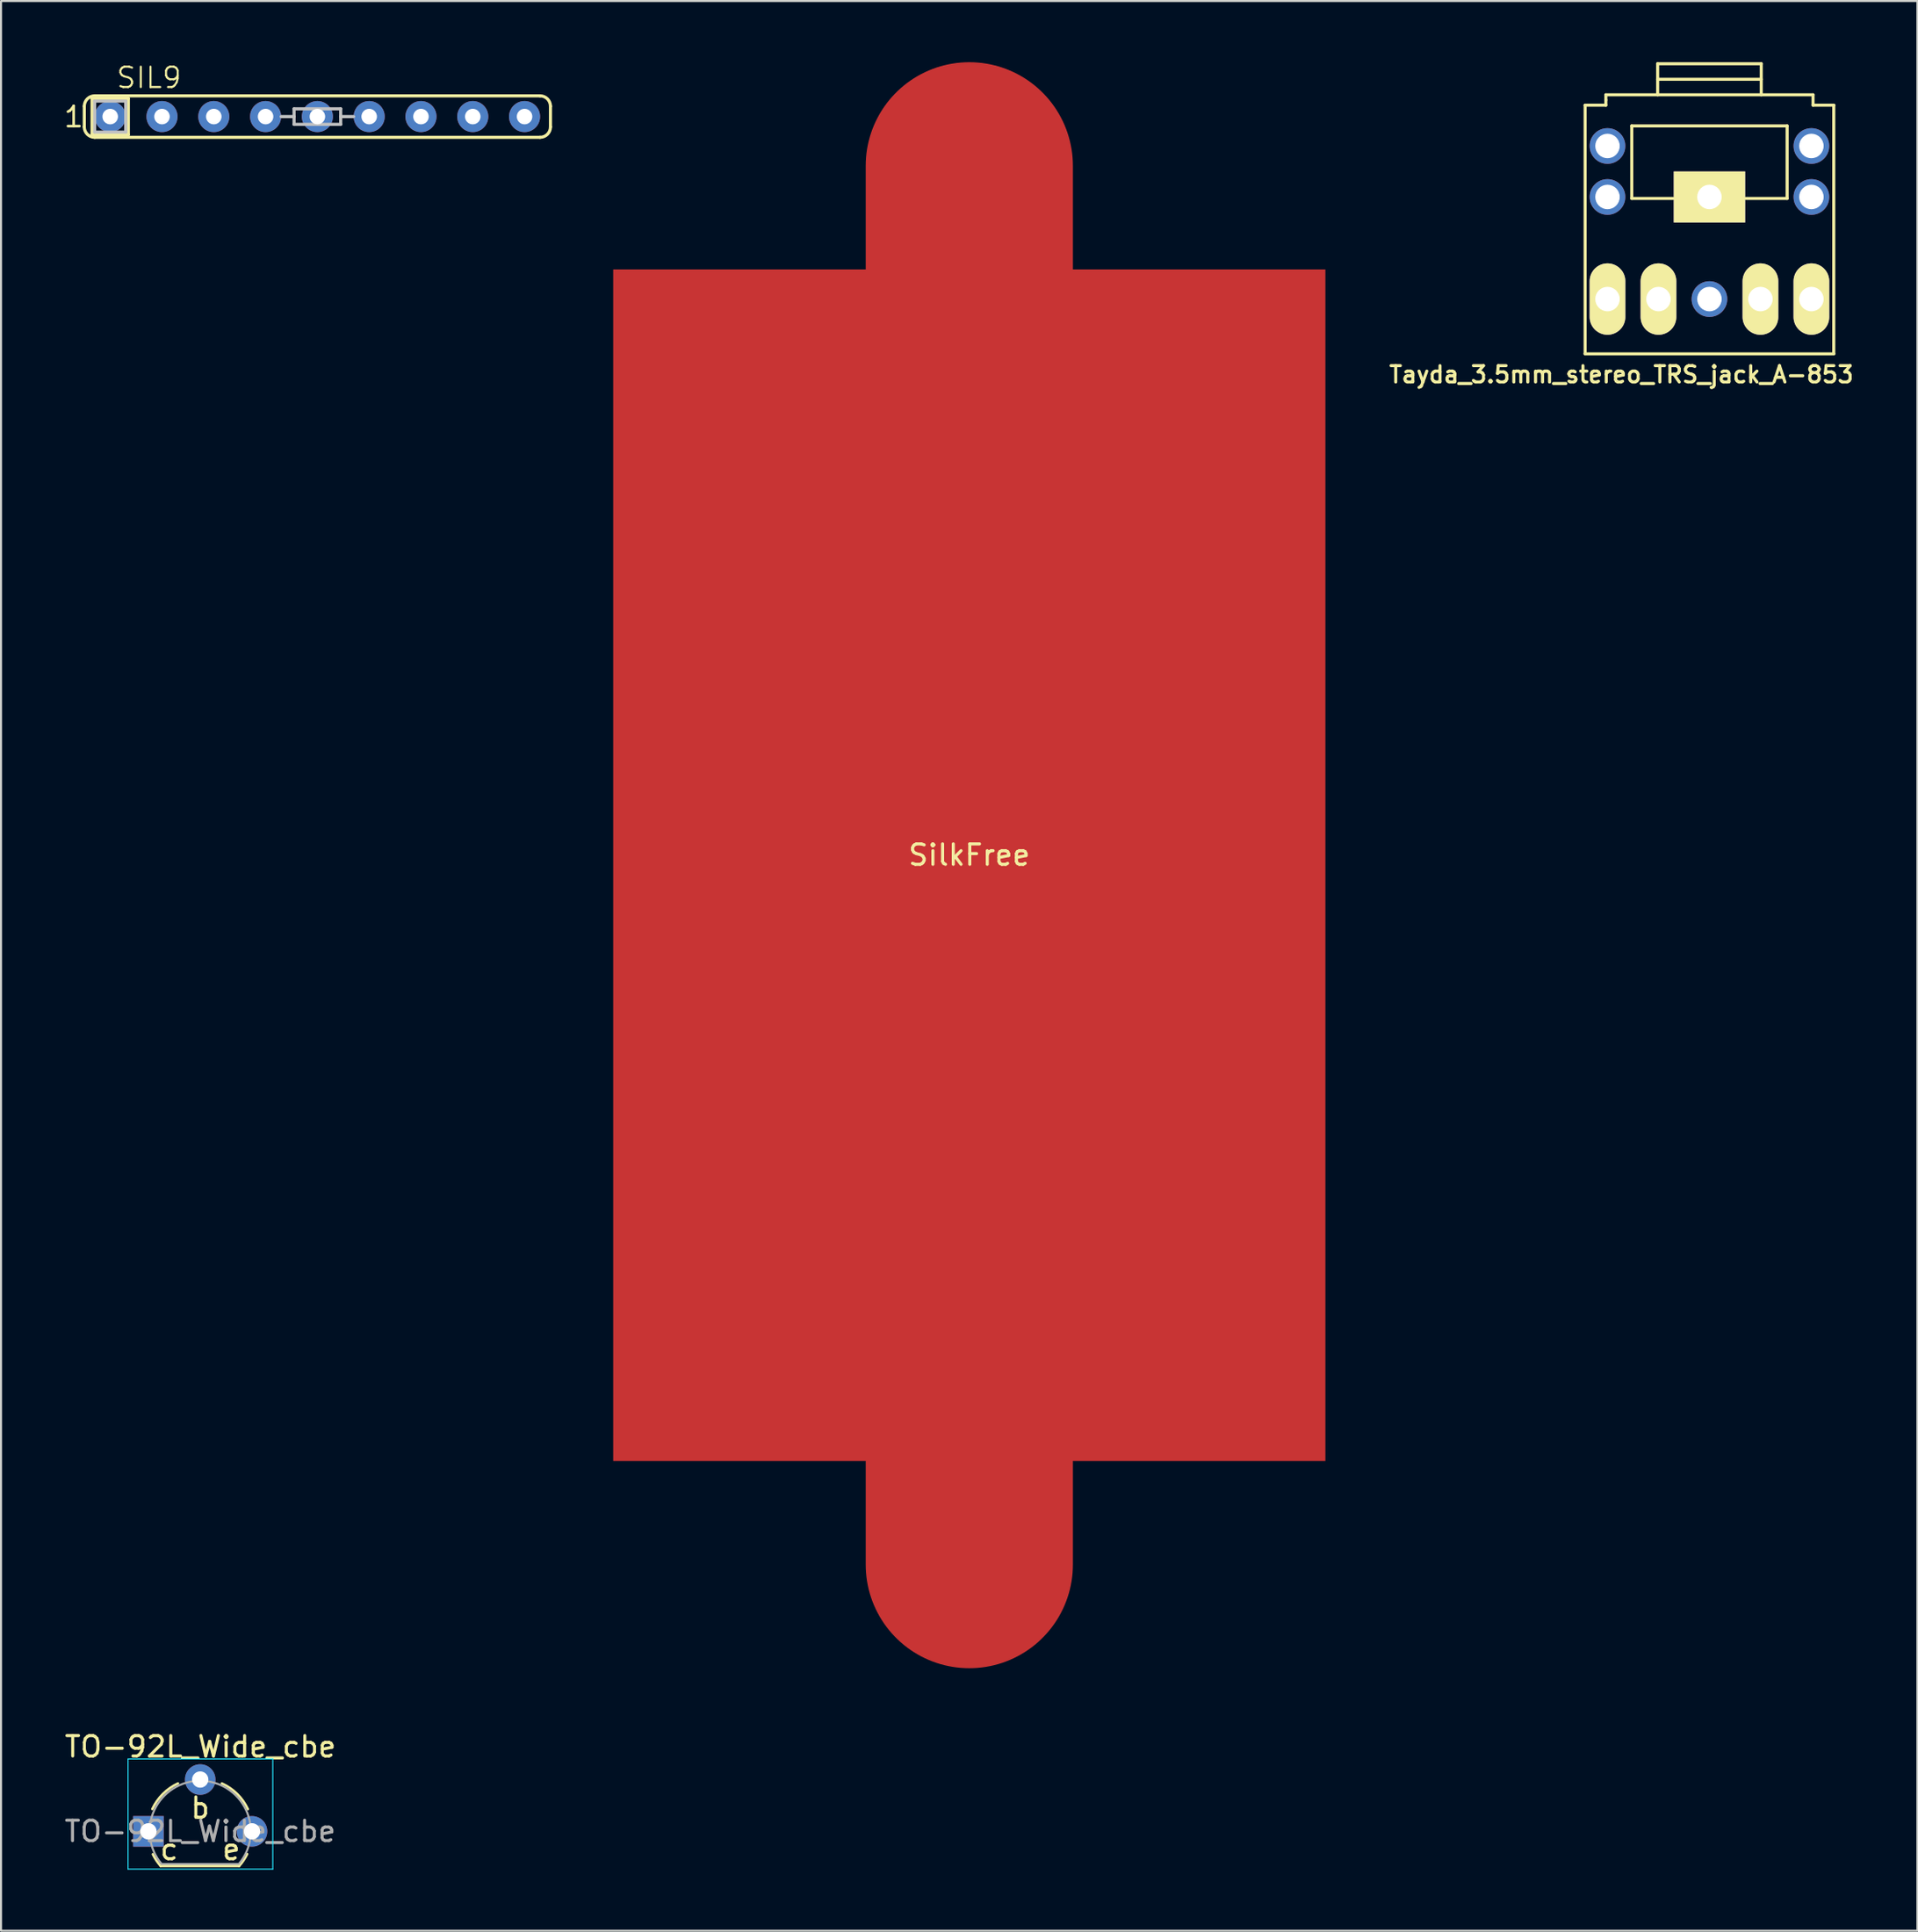
<source format=kicad_pcb>
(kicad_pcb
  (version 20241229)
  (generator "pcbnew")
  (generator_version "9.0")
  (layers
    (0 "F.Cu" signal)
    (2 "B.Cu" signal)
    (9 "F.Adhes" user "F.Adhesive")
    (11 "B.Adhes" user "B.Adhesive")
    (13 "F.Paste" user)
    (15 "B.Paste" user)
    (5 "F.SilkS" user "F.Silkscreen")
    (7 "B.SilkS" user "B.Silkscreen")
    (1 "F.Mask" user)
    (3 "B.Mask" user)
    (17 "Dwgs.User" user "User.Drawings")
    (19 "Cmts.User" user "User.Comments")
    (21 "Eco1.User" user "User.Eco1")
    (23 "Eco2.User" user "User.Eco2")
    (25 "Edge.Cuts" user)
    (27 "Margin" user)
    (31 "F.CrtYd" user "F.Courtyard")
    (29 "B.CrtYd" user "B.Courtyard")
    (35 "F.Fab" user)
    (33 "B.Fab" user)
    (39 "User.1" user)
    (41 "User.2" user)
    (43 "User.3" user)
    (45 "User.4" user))
  (footprint "Tayda_3.5mm_stereo_TRS_jack_A-853"
    (layer "F.Cu")
    (at 80.779 8.203)
    (property "Reference" "Tayda_3.5mm_stereo_TRS_jack_A-853" (at -4.318 7.112 0) (layer "F.SilkS") (effects (font (size 0.8 0.8) (thickness 0.15))))
    (attr through_hole)
    (fp_line (start -6.096 6.096) (end -6.096 -6.096) (stroke (width 0.15) (type solid)) (layer "F.SilkS"))
    (fp_line (start -5.08 -6.604) (end 5.08 -6.604) (stroke (width 0.15) (type solid)) (layer "F.SilkS"))
    (fp_line (start -5.08 -6.35) (end -5.08 -6.604) (stroke (width 0.15) (type solid)) (layer "F.SilkS"))
    (fp_line (start -5.08 -6.096) (end -6.096 -6.096) (stroke (width 0.15) (type solid)) (layer "F.SilkS"))
    (fp_line (start -5.08 -6.096) (end -5.08 -6.35) (stroke (width 0.15) (type solid)) (layer "F.SilkS"))
    (fp_line (start -3.81 -5.08) (end 3.81 -5.08) (stroke (width 0.15) (type solid)) (layer "F.SilkS"))
    (fp_line (start -3.81 -1.524) (end -3.81 -5.08) (stroke (width 0.15) (type solid)) (layer "F.SilkS"))
    (fp_line (start -2.54 -8.128) (end -2.54 -6.604) (stroke (width 0.15) (type solid)) (layer "F.SilkS"))
    (fp_line (start -2.54 -8.128) (end 2.54 -8.128) (stroke (width 0.15) (type solid)) (layer "F.SilkS"))
    (fp_line (start -2.54 -7.366) (end 2.54 -7.366) (stroke (width 0.15) (type solid)) (layer "F.SilkS"))
    (fp_line (start -1.778 -1.524) (end -3.81 -1.524) (stroke (width 0.15) (type solid)) (layer "F.SilkS"))
    (fp_line (start 2.54 -6.604) (end 2.54 -8.128) (stroke (width 0.15) (type solid)) (layer "F.SilkS"))
    (fp_line (start 3.81 -5.08) (end 3.81 -1.524) (stroke (width 0.15) (type solid)) (layer "F.SilkS"))
    (fp_line (start 3.81 -1.524) (end 1.778 -1.524) (stroke (width 0.15) (type solid)) (layer "F.SilkS"))
    (fp_line (start 5.08 -6.604) (end 5.08 -6.096) (stroke (width 0.15) (type solid)) (layer "F.SilkS"))
    (fp_line (start 6.096 -6.096) (end 5.08 -6.096) (stroke (width 0.15) (type solid)) (layer "F.SilkS"))
    (fp_line (start 6.096 -6.096) (end 6.096 6.096) (stroke (width 0.15) (type solid)) (layer "F.SilkS"))
    (fp_line (start 6.096 6.096) (end -6.096 6.096) (stroke (width 0.15) (type solid)) (layer "F.SilkS"))
    (pad "1" thru_hole oval (at -5 -4.096) (size 1.75 1.75) (drill 1.2) (layers "*.Cu" "*.Mask"))
    (pad "1" thru_hole oval (at -5 -1.596) (size 1.75 1.75) (drill 1.2) (layers "*.Cu" "*.Mask"))
    (pad "1" thru_hole rect (at 0 -1.596) (size 3.5 2.5) (drill 1.2) (layers "*.Cu" "*.Mask" "F.SilkS"))
    (pad "1" thru_hole oval (at 0 3.41) (size 1.75 1.75) (drill 1.2) (layers "*.Cu" "*.Mask"))
    (pad "1" thru_hole oval (at 5 -4.096) (size 1.75 1.75) (drill 1.2) (layers "*.Cu" "*.Mask"))
    (pad "1" thru_hole oval (at 5 -1.596) (size 1.75 1.75) (drill 1.2) (layers "*.Cu" "*.Mask"))
    (pad "2" thru_hole oval (at 5 3.41) (size 1.75 3.5) (drill 1.2) (layers "*.Cu" "*.Mask" "F.SilkS"))
    (pad "3" thru_hole oval (at 2.5 3.41) (size 1.75 3.5) (drill 1.2) (layers "*.Cu" "*.Mask" "F.SilkS"))
    (pad "4" thru_hole oval (at -2.5 3.41) (size 1.75 3.5) (drill 1.2) (layers "*.Cu" "*.Mask" "F.SilkS"))
    (pad "5" thru_hole oval (at -5 3.41) (size 1.75 3.5) (drill 1.2) (layers "*.Cu" "*.Mask" "F.SilkS")))
  (footprint "SIL9"
    (layer "F.Cu")
    (at 12.514 2.666)
    (property "Reference" "SIL9" (at -8.255 -1.905 0) (layer "F.SilkS") (effects (font (size 1 1) (thickness 0.1))))
    (attr exclude_from_pos_files exclude_from_bom)
    (fp_line (start -11.43 0.508) (end -11.43 -0.508) (stroke (width 0.152) (type solid)) (layer "F.SilkS"))
    (fp_line (start -11.049 -0.889) (end -9.271 -0.889) (stroke (width 0.152) (type solid)) (layer "F.SilkS"))
    (fp_line (start -11.049 0.889) (end -11.049 -0.889) (stroke (width 0.152) (type solid)) (layer "F.SilkS"))
    (fp_line (start -10.922 1.016) (end 10.922 1.016) (stroke (width 0.152) (type solid)) (layer "F.SilkS"))
    (fp_line (start -9.271 -0.889) (end -9.271 0.889) (stroke (width 0.152) (type solid)) (layer "F.SilkS"))
    (fp_line (start -9.271 0.889) (end -11.049 0.889) (stroke (width 0.152) (type solid)) (layer "F.SilkS"))
    (fp_line (start 10.922 -1.016) (end -10.922 -1.016) (stroke (width 0.152) (type solid)) (layer "F.SilkS"))
    (fp_line (start 11.43 -0.508) (end 11.43 0.508) (stroke (width 0.152) (type solid)) (layer "F.SilkS"))
    (fp_arc (start -11.43 -0.508) (mid -11.28121 -0.86721) (end -10.922 -1.016) (stroke (width 0.1524) (type solid)) (layer "F.SilkS"))
    (fp_arc (start -10.922 1.016) (mid -11.28121 0.86721) (end -11.43 0.508) (stroke (width 0.1524) (type solid)) (layer "F.SilkS"))
    (fp_arc (start 10.922 -1.016) (mid 11.28121 -0.86721) (end 11.43 -0.508) (stroke (width 0.1524) (type solid)) (layer "F.SilkS"))
    (fp_arc (start 11.43 0.508) (mid 11.28121 0.86721) (end 10.922 1.016) (stroke (width 0.1524) (type solid)) (layer "F.SilkS"))
    (fp_line (start -10.922 -0.762) (end -9.398 -0.762) (stroke (width 0.152) (type solid)) (layer "Dwgs.User"))
    (fp_line (start -10.922 0.762) (end -10.922 -0.762) (stroke (width 0.152) (type solid)) (layer "Dwgs.User"))
    (fp_line (start -9.398 -0.762) (end -9.398 0.762) (stroke (width 0.152) (type solid)) (layer "Dwgs.User"))
    (fp_line (start -9.398 0.762) (end -10.922 0.762) (stroke (width 0.152) (type solid)) (layer "Dwgs.User"))
    (fp_line (start -1.778 0) (end -1.143 0) (stroke (width 0.152) (type solid)) (layer "Dwgs.User"))
    (fp_line (start -1.143 -0.381) (end 1.143 -0.381) (stroke (width 0.152) (type solid)) (layer "Dwgs.User"))
    (fp_line (start -1.143 0) (end -1.143 -0.381) (stroke (width 0.152) (type solid)) (layer "Dwgs.User"))
    (fp_line (start -1.143 0.381) (end -1.143 0) (stroke (width 0.152) (type solid)) (layer "Dwgs.User"))
    (fp_line (start 1.143 -0.381) (end 1.143 0) (stroke (width 0.152) (type solid)) (layer "Dwgs.User"))
    (fp_line (start 1.143 0) (end 1.143 0.381) (stroke (width 0.152) (type solid)) (layer "Dwgs.User"))
    (fp_line (start 1.143 0.381) (end -1.143 0.381) (stroke (width 0.152) (type solid)) (layer "Dwgs.User"))
    (fp_line (start 1.778 0) (end 1.143 0) (stroke (width 0.152) (type solid)) (layer "Dwgs.User"))
    (fp_text user "1" (at -11.951 0.013 0) (layer "F.SilkS") (effects (font (size 0.991 0.991) (thickness 0.127))))
    (pad "1" thru_hole circle (at -10.16 0) (size 1.524 1.524) (drill 0.762) (layers "*.Cu" "*.Mask"))
    (pad "2" thru_hole circle (at -7.62 0) (size 1.524 1.524) (drill 0.762) (layers "*.Cu" "*.Mask"))
    (pad "3" thru_hole circle (at -5.08 0) (size 1.524 1.524) (drill 0.762) (layers "*.Cu" "*.Mask"))
    (pad "4" thru_hole circle (at -2.54 0) (size 1.524 1.524) (drill 0.762) (layers "*.Cu" "*.Mask"))
    (pad "5" thru_hole circle (at 0 0) (size 1.524 1.524) (drill 0.762) (layers "*.Cu" "*.Mask"))
    (pad "6" thru_hole circle (at 2.54 0) (size 1.524 1.524) (drill 0.762) (layers "*.Cu" "*.Mask"))
    (pad "7" thru_hole circle (at 5.08 0) (size 1.524 1.524) (drill 0.762) (layers "*.Cu" "*.Mask"))
    (pad "8" thru_hole circle (at 7.62 0) (size 1.524 1.524) (drill 0.762) (layers "*.Cu" "*.Mask"))
    (pad "9" thru_hole circle (at 10.16 0) (size 1.524 1.524) (drill 0.762) (layers "*.Cu" "*.Mask")))
  (footprint "SilkFree"
    (layer "F.Cu")
    (at 44.483 39.37)
    (property "Reference" "SilkFree" (at 0 -0.5 0) (unlocked yes) (layer "F.SilkS") (effects (font (size 1 1) (thickness 0.15))))
    (attr smd)
    (pad "GND" smd oval (at 0 0) (size 10.16 78.74) (layers "F.Cu" "F.Paste"))
    (pad "GND" smd rect (at 0 0) (size 34.925 58.42) (layers "F.Cu" "F.Paste")))
  (footprint "TO-92L_Wide_cbe"
    (layer "F.Cu")
    (at 4.228 86.738)
    (property "Reference" "TO-92L_Wide_cbe" (at 2.55 -4.15 0) (layer "F.SilkS") (effects (font (size 1 1) (thickness 0.15))))
    (attr through_hole)
    (fp_line (start 0.6 1.7) (end 4.45 1.7) (stroke (width 0.12) (type solid)) (layer "F.SilkS"))
    (fp_arc (start 0.192226 -1.094786) (mid 0.710119 -1.833613) (end 1.45 -2.35) (stroke (width 0.12) (type solid)) (layer "F.SilkS"))
    (fp_arc (start 0.6 1.7) (mid 0.389183 1.423933) (end 0.217369 1.122045) (stroke (width 0.12) (type solid)) (layer "F.SilkS"))
    (fp_arc (start 3.6 -2.35) (mid 4.351408 -1.834367) (end 4.876463 -1.089513) (stroke (width 0.12) (type solid)) (layer "F.SilkS"))
    (fp_arc (start 4.842383 1.112264) (mid 4.666594 1.419753) (end 4.45 1.7) (stroke (width 0.12) (type solid)) (layer "F.SilkS"))
    (fp_line (start -1 -3.55) (end -1 1.85) (stroke (width 0.05) (type solid)) (layer "B.CrtYd"))
    (fp_line (start -1 1.85) (end 6.1 1.85) (stroke (width 0.05) (type solid)) (layer "B.CrtYd"))
    (fp_line (start 6.1 -3.55) (end -1 -3.55) (stroke (width 0.05) (type solid)) (layer "B.CrtYd"))
    (fp_line (start 6.1 1.85) (end 6.1 -3.55) (stroke (width 0.05) (type solid)) (layer "B.CrtYd"))
    (fp_line (start 0.65 1.6) (end 4.4 1.6) (stroke (width 0.1) (type solid)) (layer "F.Fab"))
    (fp_arc (start 0.647182 1.602385) (mid 0.290076 -1.043188) (end 2.54 -2.48) (stroke (width 0.1) (type solid)) (layer "F.Fab"))
    (fp_arc (start 2.54 -2.48) (mid 4.787211 -1.049019) (end 4.441103 1.592547) (stroke (width 0.1) (type solid)) (layer "F.Fab"))
    (fp_text user "c" (at 1.016 0.889 0) (layer "F.SilkS") (effects (font (size 1 1) (thickness 0.15))))
    (fp_text user "e" (at 4.064 0.889 0) (layer "F.SilkS") (effects (font (size 1 1) (thickness 0.15))))
    (fp_text user "b" (at 2.54 -1.143 0) (layer "F.SilkS") (effects (font (size 1 1) (thickness 0.15))))
    (fp_text user "${REFERENCE}" (at 2.54 0 0) (layer "F.Fab") (effects (font (size 1 1) (thickness 0.15))))
    (pad "1" thru_hole rect (at 0 0) (size 1.5 1.5) (drill 0.8) (layers "*.Cu" "*.Mask"))
    (pad "2" thru_hole circle (at 2.54 -2.54) (size 1.5 1.5) (drill 0.8) (layers "*.Cu" "*.Mask"))
    (pad "3" thru_hole circle (at 5.08 0) (size 1.5 1.5) (drill 0.8) (layers "*.Cu" "*.Mask")))
  (gr_rect
    (start -3 -3)
    (end 90.978 91.613)
    (stroke (width 0.1) (type default))
    (fill no)
    (layer "Edge.Cuts")))
</source>
